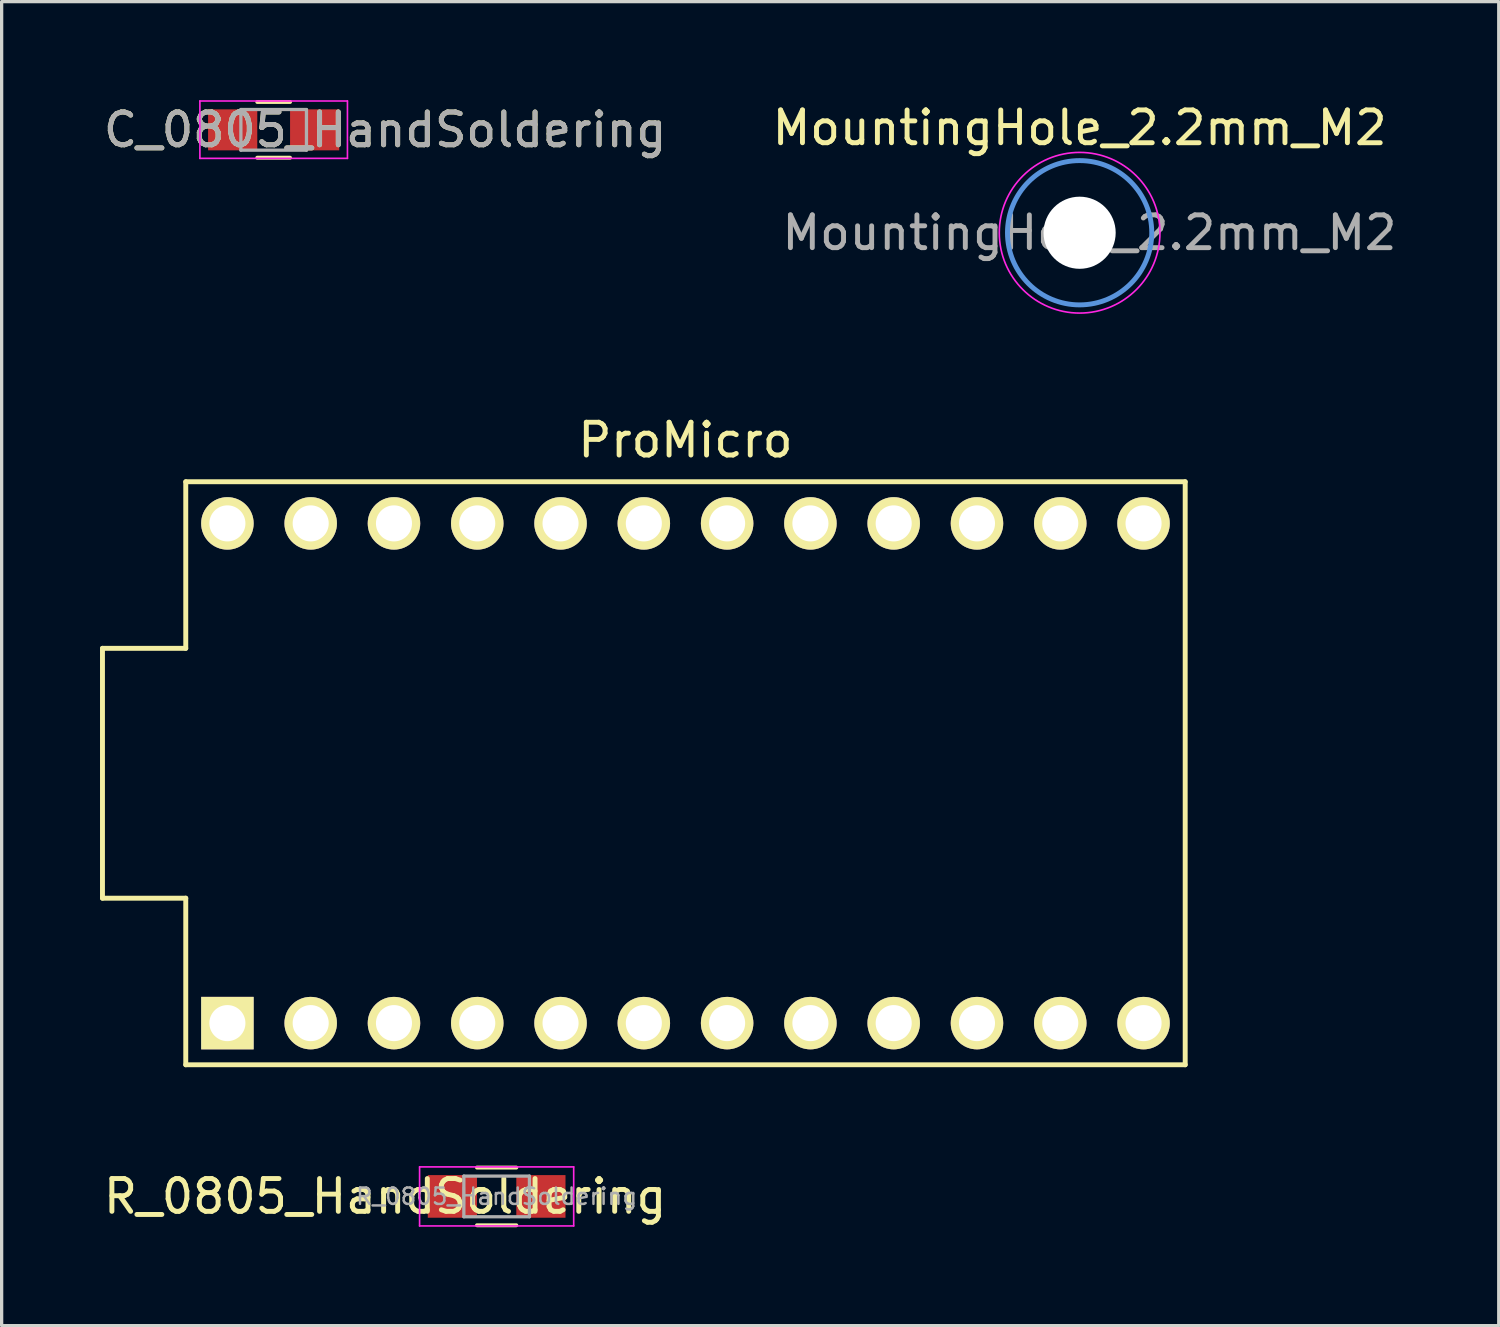
<source format=kicad_pcb>
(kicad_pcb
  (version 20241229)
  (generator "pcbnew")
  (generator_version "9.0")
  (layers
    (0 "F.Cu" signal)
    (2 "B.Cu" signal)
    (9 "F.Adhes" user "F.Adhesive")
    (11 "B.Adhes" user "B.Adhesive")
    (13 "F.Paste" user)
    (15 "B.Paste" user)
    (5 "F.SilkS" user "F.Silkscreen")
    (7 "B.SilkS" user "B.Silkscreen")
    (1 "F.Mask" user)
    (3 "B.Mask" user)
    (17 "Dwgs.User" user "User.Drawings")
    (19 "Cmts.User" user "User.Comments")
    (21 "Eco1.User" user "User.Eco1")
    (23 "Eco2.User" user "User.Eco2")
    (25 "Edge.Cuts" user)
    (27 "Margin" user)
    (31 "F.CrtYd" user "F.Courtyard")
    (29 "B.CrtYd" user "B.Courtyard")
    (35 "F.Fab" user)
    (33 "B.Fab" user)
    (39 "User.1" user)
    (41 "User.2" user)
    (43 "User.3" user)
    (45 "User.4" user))
  (footprint "ProMicro"
    (layer "F.Cu")
    (at 17.855 20.532)
    (property "Reference" "ProMicro" (at 0 -10.16 0) (layer "F.SilkS") (effects (font (size 1 1) (thickness 0.15))))
    (attr through_hole)
    (fp_line (start -17.78 -3.81) (end -15.24 -3.81) (stroke (width 0.15) (type solid)) (layer "F.SilkS"))
    (fp_line (start -17.78 3.81) (end -17.78 -3.81) (stroke (width 0.15) (type solid)) (layer "F.SilkS"))
    (fp_line (start -15.24 -8.89) (end 15.24 -8.89) (stroke (width 0.15) (type solid)) (layer "F.SilkS"))
    (fp_line (start -15.24 -3.81) (end -15.24 -8.89) (stroke (width 0.15) (type solid)) (layer "F.SilkS"))
    (fp_line (start -15.24 3.81) (end -17.78 3.81) (stroke (width 0.15) (type solid)) (layer "F.SilkS"))
    (fp_line (start -15.24 8.89) (end -15.24 3.81) (stroke (width 0.15) (type solid)) (layer "F.SilkS"))
    (fp_line (start 15.24 -8.89) (end 15.24 8.89) (stroke (width 0.15) (type solid)) (layer "F.SilkS"))
    (fp_line (start 15.24 8.89) (end -15.24 8.89) (stroke (width 0.15) (type solid)) (layer "F.SilkS"))
    (pad "1" thru_hole rect (at -13.97 7.62) (size 1.6 1.6) (drill 1.1) (layers "*.Cu" "*.Mask" "F.SilkS"))
    (pad "2" thru_hole circle (at -11.43 7.62) (size 1.6 1.6) (drill 1.1) (layers "*.Cu" "*.Mask" "F.SilkS"))
    (pad "3" thru_hole circle (at -8.89 7.62) (size 1.6 1.6) (drill 1.1) (layers "*.Cu" "*.Mask" "F.SilkS"))
    (pad "4" thru_hole circle (at -6.35 7.62) (size 1.6 1.6) (drill 1.1) (layers "*.Cu" "*.Mask" "F.SilkS"))
    (pad "5" thru_hole circle (at -3.81 7.62) (size 1.6 1.6) (drill 1.1) (layers "*.Cu" "*.Mask" "F.SilkS"))
    (pad "6" thru_hole circle (at -1.27 7.62) (size 1.6 1.6) (drill 1.1) (layers "*.Cu" "*.Mask" "F.SilkS"))
    (pad "7" thru_hole circle (at 1.27 7.62) (size 1.6 1.6) (drill 1.1) (layers "*.Cu" "*.Mask" "F.SilkS"))
    (pad "8" thru_hole circle (at 3.81 7.62) (size 1.6 1.6) (drill 1.1) (layers "*.Cu" "*.Mask" "F.SilkS"))
    (pad "9" thru_hole circle (at 6.35 7.62) (size 1.6 1.6) (drill 1.1) (layers "*.Cu" "*.Mask" "F.SilkS"))
    (pad "10" thru_hole circle (at 8.89 7.62) (size 1.6 1.6) (drill 1.1) (layers "*.Cu" "*.Mask" "F.SilkS"))
    (pad "11" thru_hole circle (at 11.43 7.62) (size 1.6 1.6) (drill 1.1) (layers "*.Cu" "*.Mask" "F.SilkS"))
    (pad "12" thru_hole circle (at 13.97 7.62) (size 1.6 1.6) (drill 1.1) (layers "*.Cu" "*.Mask" "F.SilkS"))
    (pad "13" thru_hole circle (at 13.97 -7.62) (size 1.6 1.6) (drill 1.1) (layers "*.Cu" "*.Mask" "F.SilkS"))
    (pad "14" thru_hole circle (at 11.43 -7.62) (size 1.6 1.6) (drill 1.1) (layers "*.Cu" "*.Mask" "F.SilkS"))
    (pad "15" thru_hole circle (at 8.89 -7.62) (size 1.6 1.6) (drill 1.1) (layers "*.Cu" "*.Mask" "F.SilkS"))
    (pad "16" thru_hole circle (at 6.35 -7.62) (size 1.6 1.6) (drill 1.1) (layers "*.Cu" "*.Mask" "F.SilkS"))
    (pad "17" thru_hole circle (at 3.81 -7.62) (size 1.6 1.6) (drill 1.1) (layers "*.Cu" "*.Mask" "F.SilkS"))
    (pad "18" thru_hole circle (at 1.27 -7.62) (size 1.6 1.6) (drill 1.1) (layers "*.Cu" "*.Mask" "F.SilkS"))
    (pad "19" thru_hole circle (at -1.27 -7.62) (size 1.6 1.6) (drill 1.1) (layers "*.Cu" "*.Mask" "F.SilkS"))
    (pad "20" thru_hole circle (at -3.81 -7.62) (size 1.6 1.6) (drill 1.1) (layers "*.Cu" "*.Mask" "F.SilkS"))
    (pad "21" thru_hole circle (at -6.35 -7.62) (size 1.6 1.6) (drill 1.1) (layers "*.Cu" "*.Mask" "F.SilkS"))
    (pad "22" thru_hole circle (at -8.89 -7.62) (size 1.6 1.6) (drill 1.1) (layers "*.Cu" "*.Mask" "F.SilkS"))
    (pad "23" thru_hole circle (at -11.43 -7.62) (size 1.6 1.6) (drill 1.1) (layers "*.Cu" "*.Mask" "F.SilkS"))
    (pad "24" thru_hole circle (at -13.97 -7.62) (size 1.6 1.6) (drill 1.1) (layers "*.Cu" "*.Mask" "F.SilkS")))
  (footprint "C_0805_HandSoldering"
    (layer "F.Cu")
    (at 5.296 0.91)
    (property "Reference" "C_0805_HandSoldering" (at 3.4 0 0) (layer "F.SilkS") (effects (font (size 1 1) (thickness 0.15))))
    (attr smd)
    (fp_line (start -0.5 0.85) (end 0.5 0.85) (stroke (width 0.12) (type solid)) (layer "F.SilkS"))
    (fp_line (start 0.5 -0.85) (end -0.5 -0.85) (stroke (width 0.12) (type solid)) (layer "F.SilkS"))
    (fp_line (start -2.25 -0.88) (end -2.25 0.87) (stroke (width 0.05) (type solid)) (layer "F.CrtYd"))
    (fp_line (start -2.25 -0.88) (end 2.25 -0.88) (stroke (width 0.05) (type solid)) (layer "F.CrtYd"))
    (fp_line (start 2.25 0.87) (end -2.25 0.87) (stroke (width 0.05) (type solid)) (layer "F.CrtYd"))
    (fp_line (start 2.25 0.87) (end 2.25 -0.88) (stroke (width 0.05) (type solid)) (layer "F.CrtYd"))
    (fp_line (start -1 -0.62) (end 1 -0.62) (stroke (width 0.1) (type solid)) (layer "F.Fab"))
    (fp_line (start -1 0.62) (end -1 -0.62) (stroke (width 0.1) (type solid)) (layer "F.Fab"))
    (fp_line (start 1 -0.62) (end 1 0.62) (stroke (width 0.1) (type solid)) (layer "F.Fab"))
    (fp_line (start 1 0.62) (end -1 0.62) (stroke (width 0.1) (type solid)) (layer "F.Fab"))
    (fp_text user "${REFERENCE}" (at 3.4 0 0) (layer "F.Fab") (effects (font (size 1 1) (thickness 0.15))))
    (pad "1" smd rect (at -1.25 0) (size 1.5 1.25) (layers "F.Cu" "F.Mask" "F.Paste"))
    (pad "2" smd rect (at 1.25 0) (size 1.5 1.25) (layers "F.Cu" "F.Mask" "F.Paste")))
  (footprint "R_0805_HandSoldering"
    (layer "F.Cu")
    (at 12.096 33.437)
    (property "Reference" "R_0805_HandSoldering" (at -3.4 0 0) (layer "F.SilkS") (effects (font (size 1 1) (thickness 0.15))))
    (attr smd)
    (fp_line (start -0.6 -0.88) (end 0.6 -0.88) (stroke (width 0.12) (type solid)) (layer "F.SilkS"))
    (fp_line (start 0.6 0.88) (end -0.6 0.88) (stroke (width 0.12) (type solid)) (layer "F.SilkS"))
    (fp_line (start -2.35 -0.9) (end -2.35 0.9) (stroke (width 0.05) (type solid)) (layer "F.CrtYd"))
    (fp_line (start -2.35 -0.9) (end 2.35 -0.9) (stroke (width 0.05) (type solid)) (layer "F.CrtYd"))
    (fp_line (start 2.35 0.9) (end -2.35 0.9) (stroke (width 0.05) (type solid)) (layer "F.CrtYd"))
    (fp_line (start 2.35 0.9) (end 2.35 -0.9) (stroke (width 0.05) (type solid)) (layer "F.CrtYd"))
    (fp_line (start -1 -0.62) (end 1 -0.62) (stroke (width 0.1) (type solid)) (layer "F.Fab"))
    (fp_line (start -1 0.62) (end -1 -0.62) (stroke (width 0.1) (type solid)) (layer "F.Fab"))
    (fp_line (start 1 -0.62) (end 1 0.62) (stroke (width 0.1) (type solid)) (layer "F.Fab"))
    (fp_line (start 1 0.62) (end -1 0.62) (stroke (width 0.1) (type solid)) (layer "F.Fab"))
    (fp_text user "${REFERENCE}" (at 0 0 0) (layer "F.Fab") (effects (font (size 0.5 0.5) (thickness 0.075))))
    (pad "1" smd rect (at -1.35 0) (size 1.5 1.3) (layers "F.Cu" "F.Mask" "F.Paste"))
    (pad "2" smd rect (at 1.35 0) (size 1.5 1.3) (layers "F.Cu" "F.Mask" "F.Paste")))
  (footprint "MountingHole_2.2mm_M2"
    (layer "F.Cu")
    (at 29.875 4.048)
    (property "Reference" "MountingHole_2.2mm_M2" (at 0 -3.2 0) (layer "F.SilkS") (effects (font (size 1 1) (thickness 0.15))))
    (attr exclude_from_pos_files exclude_from_bom)
    (fp_circle (center 0 0) (end 2.2 0) (stroke (width 0.15) (type solid)) (fill no) (layer "Cmts.User"))
    (fp_circle (center 0 0) (end 2.45 0) (stroke (width 0.05) (type solid)) (fill no) (layer "F.CrtYd"))
    (fp_text user "${REFERENCE}" (at 0.3 0 0) (layer "F.Fab") (effects (font (size 1 1) (thickness 0.15))))
    (pad "" np_thru_hole circle (at 0 0) (size 2.2 2.2) (drill 2.2) (layers "*.Cu" "*.Mask")))
  (gr_rect
    (start -3 -3)
    (end 42.657 37.377)
    (stroke (width 0.1) (type default))
    (fill no)
    (layer "Edge.Cuts")))
</source>
